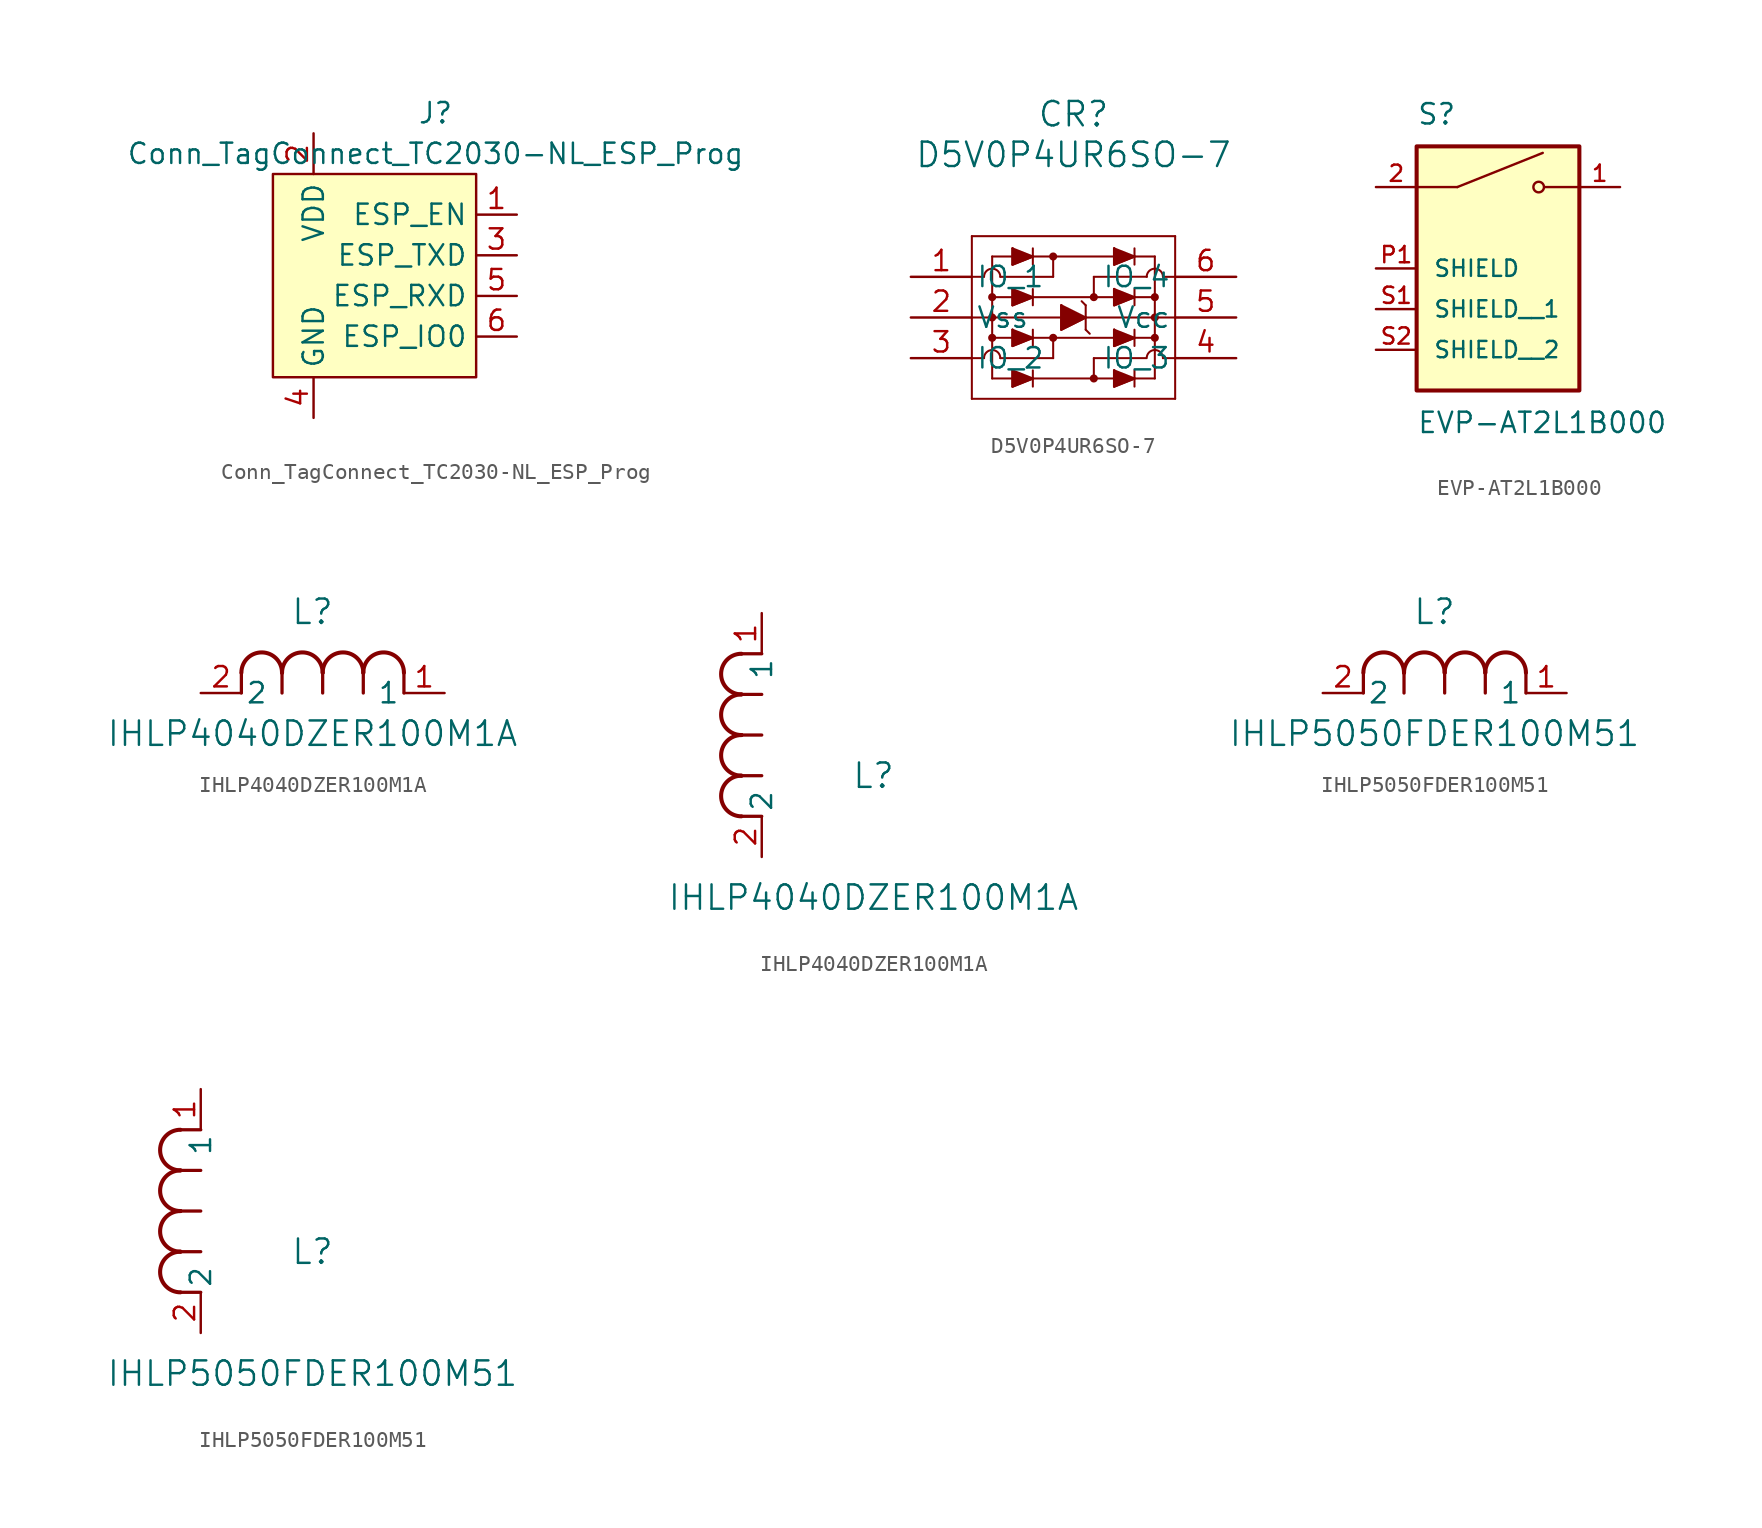
<source format=kicad_sym>
(kicad_symbol_lib
  (version 20220914)
  (generator kicad_symbol_editor)
  (symbol "Conn_TagConnect_TC2030-NL_ESP_Prog"
    (property "Reference" "J"
      (at 2.54 11.43 0)
      (effects (font (size 1.27 1.27))))
    (property "Value" "Conn_TagConnect_TC2030-NL_ESP_Prog"
      (at 2.54 8.89 0)
      (effects (font (size 1.27 1.27))))
    (symbol "Conn_TagConnect_TC2030-NL_ESP_Prog_0_1"
      (rectangle (start -7.62 7.62) (end 5.08 -5.08) (stroke (width 0) (type default)) (fill (type background))))
    (symbol "Conn_TagConnect_TC2030-NL_ESP_Prog_1_0"
      (pin bidirectional line (at 7.62 5.08 180) (length 2.54) (name "ESP_EN" (effects (font (size 1.27 1.27)))) (number "1" (effects (font (size 1.27 1.27)))))
      (pin power_in line (at -5.08 10.16 270) (length 2.54) (name "VDD" (effects (font (size 1.27 1.27)))) (number "2" (effects (font (size 1.27 1.27)))))
      (pin bidirectional line (at 7.62 2.54 180) (length 2.54) (name "ESP_TXD" (effects (font (size 1.27 1.27)))) (number "3" (effects (font (size 1.27 1.27)))) (alternate "TCK" output line))
      (pin power_in line (at -5.08 -7.62 90) (length 2.54) (name "GND" (effects (font (size 1.27 1.27)))) (number "4" (effects (font (size 1.27 1.27)))))
      (pin bidirectional line (at 7.62 0 180) (length 2.54) (name "ESP_RXD" (effects (font (size 1.27 1.27)))) (number "5" (effects (font (size 1.27 1.27)))) (alternate "TMS" bidirectional line))
      (pin bidirectional line (at 7.62 -2.54 180) (length 2.54) (name "ESP_IO0" (effects (font (size 1.27 1.27)))) (number "6" (effects (font (size 1.27 1.27)))) (alternate "TDO" input line))))
  (symbol "D5V0P4UR6SO-7"
    (pin_names
      (offset 0.254))
    (property "Reference" "CR"
      (at 20.32 10.16 0)
      (effects (font (size 1.524 1.524))))
    (property "Value" "D5V0P4UR6SO-7"
      (at 20.32 7.62 0)
      (effects (font (size 1.524 1.524))))
    (symbol "D5V0P4UR6SO-7_0_1"
      (polyline (pts (xy 13.97 -7.62) (xy 26.67 -7.62)) (stroke (width 0.127) (type default)) (fill (type none)))
      (polyline (pts (xy 13.97 -2.54) (xy 26.67 -2.54)) (stroke (width 0.127) (type default)) (fill (type none)))
      (polyline (pts (xy 13.97 2.54) (xy 13.97 -7.62)) (stroke (width 0.127) (type default)) (fill (type none)))
      (polyline (pts (xy 14.725 0.002) (xy 13.97 0)) (stroke (width 0.127) (type default)) (fill (type none)))
      (polyline (pts (xy 14.733 -5.078) (xy 13.978 -5.08)) (stroke (width 0.127) (type default)) (fill (type none)))
      (polyline (pts (xy 15.24 -6.35) (xy 25.4 -6.35)) (stroke (width 0.127) (type default)) (fill (type none)))
      (polyline (pts (xy 15.24 -3.81) (xy 25.4 -3.81)) (stroke (width 0.127) (type default)) (fill (type none)))
      (polyline (pts (xy 15.24 -1.27) (xy 25.4 -1.27)) (stroke (width 0.127) (type default)) (fill (type none)))
      (polyline (pts (xy 15.24 1.27) (xy 15.24 -6.35)) (stroke (width 0.127) (type default)) (fill (type none)))
      (polyline (pts (xy 15.24 1.27) (xy 25.4 1.27)) (stroke (width 0.127) (type default)) (fill (type none)))
      (polyline (pts (xy 15.748 -5.08) (xy 19.05 -5.08)) (stroke (width 0.127) (type default)) (fill (type none)))
      (polyline (pts (xy 15.748 0) (xy 19.05 0)) (stroke (width 0.127) (type default)) (fill (type none)))
      (polyline (pts (xy 16.51 -6.858) (xy 17.78 -6.35)) (stroke (width 0.127) (type default)) (fill (type none)))
      (polyline (pts (xy 16.51 -5.842) (xy 16.51 -6.858)) (stroke (width 0.127) (type default)) (fill (type none)))
      (polyline (pts (xy 16.51 -4.318) (xy 17.78 -3.81)) (stroke (width 0.127) (type default)) (fill (type none)))
      (polyline (pts (xy 16.51 -3.302) (xy 16.51 -4.318)) (stroke (width 0.127) (type default)) (fill (type none)))
      (polyline (pts (xy 16.51 -1.778) (xy 17.78 -1.27)) (stroke (width 0.127) (type default)) (fill (type none)))
      (polyline (pts (xy 16.51 -0.762) (xy 16.51 -1.778)) (stroke (width 0.127) (type default)) (fill (type none)))
      (polyline (pts (xy 16.51 0.762) (xy 17.78 1.27)) (stroke (width 0.127) (type default)) (fill (type none)))
      (polyline (pts (xy 16.51 1.778) (xy 16.51 0.762)) (stroke (width 0.127) (type default)) (fill (type none)))
      (polyline (pts (xy 17.78 -6.35) (xy 16.51 -5.842)) (stroke (width 0.127) (type default)) (fill (type none)))
      (polyline (pts (xy 17.78 -5.842) (xy 17.78 -6.858)) (stroke (width 0.127) (type default)) (fill (type none)))
      (polyline (pts (xy 17.78 -3.81) (xy 16.51 -3.302)) (stroke (width 0.127) (type default)) (fill (type none)))
      (polyline (pts (xy 17.78 -3.302) (xy 17.78 -4.318)) (stroke (width 0.127) (type default)) (fill (type none)))
      (polyline (pts (xy 17.78 -1.27) (xy 16.51 -0.762)) (stroke (width 0.127) (type default)) (fill (type none)))
      (polyline (pts (xy 17.78 -0.762) (xy 17.78 -1.778)) (stroke (width 0.127) (type default)) (fill (type none)))
      (polyline (pts (xy 17.78 1.27) (xy 16.51 1.778)) (stroke (width 0.127) (type default)) (fill (type none)))
      (polyline (pts (xy 17.78 1.778) (xy 17.78 0.762)) (stroke (width 0.127) (type default)) (fill (type none)))
      (polyline (pts (xy 19.05 -5.08) (xy 19.05 -3.81)) (stroke (width 0.127) (type default)) (fill (type none)))
      (polyline (pts (xy 19.05 0) (xy 19.05 1.27)) (stroke (width 0.127) (type default)) (fill (type none)))
      (polyline (pts (xy 19.558 -3.302) (xy 21.082 -2.54)) (stroke (width 0.127) (type default)) (fill (type none)))
      (polyline (pts (xy 19.558 -1.778) (xy 19.558 -3.302)) (stroke (width 0.127) (type default)) (fill (type none)))
      (polyline (pts (xy 19.558 -1.778) (xy 21.082 -2.54)) (stroke (width 0.127) (type default)) (fill (type none)))
      (polyline (pts (xy 21.082 -3.302) (xy 21.336 -3.556)) (stroke (width 0.127) (type default)) (fill (type none)))
      (polyline (pts (xy 21.082 -1.778) (xy 20.828 -1.524)) (stroke (width 0.127) (type default)) (fill (type none)))
      (polyline (pts (xy 21.082 -1.778) (xy 21.082 -3.302)) (stroke (width 0.127) (type default)) (fill (type none)))
      (polyline (pts (xy 21.59 -5.08) (xy 21.59 -6.35)) (stroke (width 0.127) (type default)) (fill (type none)))
      (polyline (pts (xy 21.59 0) (xy 21.59 -1.27)) (stroke (width 0.127) (type default)) (fill (type none)))
      (polyline (pts (xy 22.86 -6.858) (xy 24.13 -6.35)) (stroke (width 0.127) (type default)) (fill (type none)))
      (polyline (pts (xy 22.86 -5.842) (xy 22.86 -6.858)) (stroke (width 0.127) (type default)) (fill (type none)))
      (polyline (pts (xy 22.86 -4.318) (xy 24.13 -3.81)) (stroke (width 0.127) (type default)) (fill (type none)))
      (polyline (pts (xy 22.86 -3.302) (xy 22.86 -4.318)) (stroke (width 0.127) (type default)) (fill (type none)))
      (polyline (pts (xy 22.86 -1.778) (xy 24.13 -1.27)) (stroke (width 0.127) (type default)) (fill (type none)))
      (polyline (pts (xy 22.86 -0.762) (xy 22.86 -1.778)) (stroke (width 0.127) (type default)) (fill (type none)))
      (polyline (pts (xy 22.86 0.762) (xy 24.13 1.27)) (stroke (width 0.127) (type default)) (fill (type none)))
      (polyline (pts (xy 22.86 1.778) (xy 22.86 0.762)) (stroke (width 0.127) (type default)) (fill (type none)))
      (polyline (pts (xy 24.13 -6.35) (xy 22.86 -5.842)) (stroke (width 0.127) (type default)) (fill (type none)))
      (polyline (pts (xy 24.13 -5.842) (xy 24.13 -6.858)) (stroke (width 0.127) (type default)) (fill (type none)))
      (polyline (pts (xy 24.13 -3.81) (xy 22.86 -3.302)) (stroke (width 0.127) (type default)) (fill (type none)))
      (polyline (pts (xy 24.13 -3.302) (xy 24.13 -4.318)) (stroke (width 0.127) (type default)) (fill (type none)))
      (polyline (pts (xy 24.13 -1.27) (xy 22.86 -0.762)) (stroke (width 0.127) (type default)) (fill (type none)))
      (polyline (pts (xy 24.13 -0.762) (xy 24.13 -1.778)) (stroke (width 0.127) (type default)) (fill (type none)))
      (polyline (pts (xy 24.13 1.27) (xy 22.86 1.778)) (stroke (width 0.127) (type default)) (fill (type none)))
      (polyline (pts (xy 24.13 1.778) (xy 24.13 0.762)) (stroke (width 0.127) (type default)) (fill (type none)))
      (polyline (pts (xy 24.844 -5.08) (xy 21.59 -5.08)) (stroke (width 0.127) (type default)) (fill (type none)))
      (polyline (pts (xy 24.904 0.006) (xy 21.59 0)) (stroke (width 0.127) (type default)) (fill (type none)))
      (polyline (pts (xy 25.4 1.27) (xy 25.4 -6.35)) (stroke (width 0.127) (type default)) (fill (type none)))
      (polyline (pts (xy 26.67 -7.62) (xy 26.67 2.54)) (stroke (width 0.127) (type default)) (fill (type none)))
      (polyline (pts (xy 26.67 -5.08) (xy 25.908 -5.08)) (stroke (width 0.127) (type default)) (fill (type none)))
      (polyline (pts (xy 26.67 0) (xy 25.908 0)) (stroke (width 0.127) (type default)) (fill (type none)))
      (polyline (pts (xy 26.67 2.54) (xy 13.97 2.54)) (stroke (width 0.127) (type default)) (fill (type none)))
      (polyline (pts (xy 16.51 -5.842) (xy 16.51 -6.858) (xy 17.78 -6.35)) (stroke (width 0) (type default)) (fill (type outline)))
      (polyline (pts (xy 16.51 -3.302) (xy 16.51 -4.318) (xy 17.78 -3.81)) (stroke (width 0) (type default)) (fill (type outline)))
      (polyline (pts (xy 16.51 -0.762) (xy 16.51 -1.778) (xy 17.78 -1.27)) (stroke (width 0) (type default)) (fill (type outline)))
      (polyline (pts (xy 16.51 1.778) (xy 16.51 0.762) (xy 17.78 1.27)) (stroke (width 0) (type default)) (fill (type outline)))
      (polyline (pts (xy 21.082 -2.54) (xy 19.558 -3.302) (xy 19.558 -1.778)) (stroke (width 0) (type default)) (fill (type outline)))
      (polyline (pts (xy 22.86 -5.842) (xy 22.86 -6.858) (xy 24.13 -6.35)) (stroke (width 0) (type default)) (fill (type outline)))
      (polyline (pts (xy 22.86 -3.302) (xy 22.86 -4.318) (xy 24.13 -3.81)) (stroke (width 0) (type default)) (fill (type outline)))
      (polyline (pts (xy 22.86 -0.762) (xy 22.86 -1.778) (xy 24.13 -1.27)) (stroke (width 0) (type default)) (fill (type outline)))
      (polyline (pts (xy 22.86 1.778) (xy 22.86 0.762) (xy 24.13 1.27)) (stroke (width 0) (type default)) (fill (type outline)))
      (circle (center 15.24 -3.81) (radius 0.127) (stroke (width 0.254) (type default)) (fill (type none)))
      (circle (center 15.24 -2.54) (radius 0.127) (stroke (width 0.254) (type default)) (fill (type none)))
      (circle (center 15.24 -1.27) (radius 0.127) (stroke (width 0.254) (type default)) (fill (type none)))
      (arc (start 15.748 -5.08) (mid 15.24 -4.5742) (end 14.732 -5.08) (stroke (width 0.127) (type default)) (fill (type none)))
      (arc (start 15.748 0) (mid 15.24 0.5058) (end 14.732 0) (stroke (width 0.127) (type default)) (fill (type none)))
      (circle (center 19.05 -3.81) (radius 0.127) (stroke (width 0.254) (type default)) (fill (type none)))
      (circle (center 19.05 1.27) (radius 0.127) (stroke (width 0.254) (type default)) (fill (type none)))
      (circle (center 21.59 -6.35) (radius 0.127) (stroke (width 0.254) (type default)) (fill (type none)))
      (circle (center 21.59 -1.27) (radius 0.127) (stroke (width 0.254) (type default)) (fill (type none)))
      (circle (center 25.4 -3.81) (radius 0.127) (stroke (width 0.254) (type default)) (fill (type none)))
      (circle (center 25.4 -2.54) (radius 0.127) (stroke (width 0.254) (type default)) (fill (type none)))
      (circle (center 25.4 -1.27) (radius 0.127) (stroke (width 0.254) (type default)) (fill (type none)))
      (arc (start 25.908 -5.08) (mid 25.4 -4.5742) (end 24.892 -5.08) (stroke (width 0.127) (type default)) (fill (type none)))
      (arc (start 25.908 0) (mid 25.4 0.5058) (end 24.892 0) (stroke (width 0.127) (type default)) (fill (type none))))
    (symbol "D5V0P4UR6SO-7_1_1"
      (pin unspecified line (at 10.16 0 0) (length 3.81) (name "IO_1" (effects (font (size 1.27 1.27)))) (number "1" (effects (font (size 1.27 1.27)))))
      (pin power_in line (at 10.16 -2.54 0) (length 3.81) (name "Vss" (effects (font (size 1.27 1.27)))) (number "2" (effects (font (size 1.27 1.27)))))
      (pin unspecified line (at 10.16 -5.08 0) (length 3.81) (name "IO_2" (effects (font (size 1.27 1.27)))) (number "3" (effects (font (size 1.27 1.27)))))
      (pin unspecified line (at 30.48 -5.08 180) (length 3.81) (name "IO_3" (effects (font (size 1.27 1.27)))) (number "4" (effects (font (size 1.27 1.27)))))
      (pin power_in line (at 30.48 -2.54 180) (length 3.81) (name "Vcc" (effects (font (size 1.27 1.27)))) (number "5" (effects (font (size 1.27 1.27)))))
      (pin unspecified line (at 30.48 0 180) (length 3.81) (name "IO_4" (effects (font (size 1.27 1.27)))) (number "6" (effects (font (size 1.27 1.27)))))))
  (symbol "EVP-AT2L1B000"
    (pin_names
      (offset 1.016))
    (property "Reference" "S"
      (at -5.08 6.35 0)
      (effects (font (size 1.27 1.27)) (justify left bottom)))
    (property "Value" "EVP-AT2L1B000"
      (at -5.08 -11.43 0)
      (effects (font (size 1.27 1.27)) (justify left top)))
    (symbol "EVP-AT2L1B000_0_0"
      (rectangle (start -5.08 -10.16) (end 5.08 5.08) (stroke (width 0.254) (type default)) (fill (type background)))
      (polyline (pts (xy -2.54 2.54) (xy -5.08 2.54)) (stroke (width 0.152) (type default)) (fill (type none)))
      (polyline (pts (xy -2.54 2.54) (xy 2.794 4.674)) (stroke (width 0.152) (type default)) (fill (type none)))
      (polyline (pts (xy 5.08 2.54) (xy 2.921 2.54)) (stroke (width 0.152) (type default)) (fill (type none)))
      (circle (center 2.54 2.54) (radius 0.33) (stroke (width 0.152) (type default)) (fill (type none)))
      (pin passive line (at 7.62 2.54 180) (length 2.54) (name "~" (effects (font (size 1.016 1.016)))) (number "1" (effects (font (size 1.016 1.016)))))
      (pin passive line (at -7.62 2.54 0) (length 2.54) (name "~" (effects (font (size 1.016 1.016)))) (number "2" (effects (font (size 1.016 1.016)))))
      (pin passive line (at -7.62 -2.54 0) (length 2.54) (name "SHIELD" (effects (font (size 1.016 1.016)))) (number "P1" (effects (font (size 1.016 1.016)))))
      (pin passive line (at -7.62 -5.08 0) (length 2.54) (name "SHIELD__1" (effects (font (size 1.016 1.016)))) (number "S1" (effects (font (size 1.016 1.016)))))
      (pin passive line (at -7.62 -7.62 0) (length 2.54) (name "SHIELD__2" (effects (font (size 1.016 1.016)))) (number "S2" (effects (font (size 1.016 1.016)))))))
  (symbol "IHLP4040DZER100M1A"
    (pin_names
      (offset 0.254))
    (property "Reference" "L"
      (at 6.985 5.08 0)
      (effects (font (size 1.524 1.524))))
    (property "Value" "IHLP4040DZER100M1A"
      (at 6.985 -2.54 0)
      (effects (font (size 1.524 1.524))))
    (property "ki_locked" ""
      (at 0 0 0)
      (effects (font (size 1.27 1.27))))
    (symbol "IHLP4040DZER100M1A_1_1"
      (polyline (pts (xy 2.54 0) (xy 2.54 1.27)) (stroke (width 0.203) (type default)) (fill (type none)))
      (polyline (pts (xy 5.08 0) (xy 5.08 1.27)) (stroke (width 0.203) (type default)) (fill (type none)))
      (polyline (pts (xy 7.62 0) (xy 7.62 1.27)) (stroke (width 0.203) (type default)) (fill (type none)))
      (polyline (pts (xy 10.16 0) (xy 10.16 1.27)) (stroke (width 0.203) (type default)) (fill (type none)))
      (polyline (pts (xy 12.7 0) (xy 12.7 1.27)) (stroke (width 0.203) (type default)) (fill (type none)))
      (arc (start 5.08 1.27) (mid 3.81 2.5345) (end 2.54 1.27) (stroke (width 0.254) (type default)) (fill (type none)))
      (arc (start 7.62 1.27) (mid 6.35 2.5345) (end 5.08 1.27) (stroke (width 0.254) (type default)) (fill (type none)))
      (arc (start 10.16 1.27) (mid 8.89 2.5345) (end 7.62 1.27) (stroke (width 0.254) (type default)) (fill (type none)))
      (arc (start 12.7 1.27) (mid 11.43 2.5345) (end 10.16 1.27) (stroke (width 0.254) (type default)) (fill (type none)))
      (pin unspecified line (at 15.24 0 180) (length 2.54) (name "1" (effects (font (size 1.27 1.27)))) (number "1" (effects (font (size 1.27 1.27)))))
      (pin unspecified line (at 0 0 0) (length 2.54) (name "2" (effects (font (size 1.27 1.27)))) (number "2" (effects (font (size 1.27 1.27))))))
    (symbol "IHLP4040DZER100M1A_1_2"
      (arc (start -1.27 5.08) (mid -2.5345 3.81) (end -1.27 2.54) (stroke (width 0.254) (type default)) (fill (type none)))
      (arc (start -1.27 7.62) (mid -2.5345 6.35) (end -1.27 5.08) (stroke (width 0.254) (type default)) (fill (type none)))
      (arc (start -1.27 10.16) (mid -2.5345 8.89) (end -1.27 7.62) (stroke (width 0.254) (type default)) (fill (type none)))
      (arc (start -1.27 12.7) (mid -2.5345 11.43) (end -1.27 10.16) (stroke (width 0.254) (type default)) (fill (type none)))
      (polyline (pts (xy 0 2.54) (xy -1.27 2.54)) (stroke (width 0.203) (type default)) (fill (type none)))
      (polyline (pts (xy 0 5.08) (xy -1.27 5.08)) (stroke (width 0.203) (type default)) (fill (type none)))
      (polyline (pts (xy 0 7.62) (xy -1.27 7.62)) (stroke (width 0.203) (type default)) (fill (type none)))
      (polyline (pts (xy 0 10.16) (xy -1.27 10.16)) (stroke (width 0.203) (type default)) (fill (type none)))
      (polyline (pts (xy 0 12.7) (xy -1.27 12.7)) (stroke (width 0.203) (type default)) (fill (type none)))
      (pin unspecified line (at 0 15.24 270) (length 2.54) (name "1" (effects (font (size 1.27 1.27)))) (number "1" (effects (font (size 1.27 1.27)))))
      (pin unspecified line (at 0 0 90) (length 2.54) (name "2" (effects (font (size 1.27 1.27)))) (number "2" (effects (font (size 1.27 1.27)))))))
  (symbol "IHLP5050FDER100M51"
    (pin_names
      (offset 0.254))
    (property "Reference" "L"
      (at 6.985 5.08 0)
      (effects (font (size 1.524 1.524))))
    (property "Value" "IHLP5050FDER100M51"
      (at 6.985 -2.54 0)
      (effects (font (size 1.524 1.524))))
    (property "ki_locked" ""
      (at 0 0 0)
      (effects (font (size 1.27 1.27))))
    (symbol "IHLP5050FDER100M51_1_1"
      (polyline (pts (xy 2.54 0) (xy 2.54 1.27)) (stroke (width 0.203) (type default)) (fill (type none)))
      (polyline (pts (xy 5.08 0) (xy 5.08 1.27)) (stroke (width 0.203) (type default)) (fill (type none)))
      (polyline (pts (xy 7.62 0) (xy 7.62 1.27)) (stroke (width 0.203) (type default)) (fill (type none)))
      (polyline (pts (xy 10.16 0) (xy 10.16 1.27)) (stroke (width 0.203) (type default)) (fill (type none)))
      (polyline (pts (xy 12.7 0) (xy 12.7 1.27)) (stroke (width 0.203) (type default)) (fill (type none)))
      (arc (start 5.08 1.27) (mid 3.81 2.5345) (end 2.54 1.27) (stroke (width 0.254) (type default)) (fill (type none)))
      (arc (start 7.62 1.27) (mid 6.35 2.5345) (end 5.08 1.27) (stroke (width 0.254) (type default)) (fill (type none)))
      (arc (start 10.16 1.27) (mid 8.89 2.5345) (end 7.62 1.27) (stroke (width 0.254) (type default)) (fill (type none)))
      (arc (start 12.7 1.27) (mid 11.43 2.5345) (end 10.16 1.27) (stroke (width 0.254) (type default)) (fill (type none)))
      (pin unspecified line (at 15.24 0 180) (length 2.54) (name "1" (effects (font (size 1.27 1.27)))) (number "1" (effects (font (size 1.27 1.27)))))
      (pin unspecified line (at 0 0 0) (length 2.54) (name "2" (effects (font (size 1.27 1.27)))) (number "2" (effects (font (size 1.27 1.27))))))
    (symbol "IHLP5050FDER100M51_1_2"
      (arc (start -1.27 5.08) (mid -2.5345 3.81) (end -1.27 2.54) (stroke (width 0.254) (type default)) (fill (type none)))
      (arc (start -1.27 7.62) (mid -2.5345 6.35) (end -1.27 5.08) (stroke (width 0.254) (type default)) (fill (type none)))
      (arc (start -1.27 10.16) (mid -2.5345 8.89) (end -1.27 7.62) (stroke (width 0.254) (type default)) (fill (type none)))
      (arc (start -1.27 12.7) (mid -2.5345 11.43) (end -1.27 10.16) (stroke (width 0.254) (type default)) (fill (type none)))
      (polyline (pts (xy 0 2.54) (xy -1.27 2.54)) (stroke (width 0.203) (type default)) (fill (type none)))
      (polyline (pts (xy 0 5.08) (xy -1.27 5.08)) (stroke (width 0.203) (type default)) (fill (type none)))
      (polyline (pts (xy 0 7.62) (xy -1.27 7.62)) (stroke (width 0.203) (type default)) (fill (type none)))
      (polyline (pts (xy 0 10.16) (xy -1.27 10.16)) (stroke (width 0.203) (type default)) (fill (type none)))
      (polyline (pts (xy 0 12.7) (xy -1.27 12.7)) (stroke (width 0.203) (type default)) (fill (type none)))
      (pin unspecified line (at 0 15.24 270) (length 2.54) (name "1" (effects (font (size 1.27 1.27)))) (number "1" (effects (font (size 1.27 1.27)))))
      (pin unspecified line (at 0 0 90) (length 2.54) (name "2" (effects (font (size 1.27 1.27)))) (number "2" (effects (font (size 1.27 1.27))))))))
</source>
